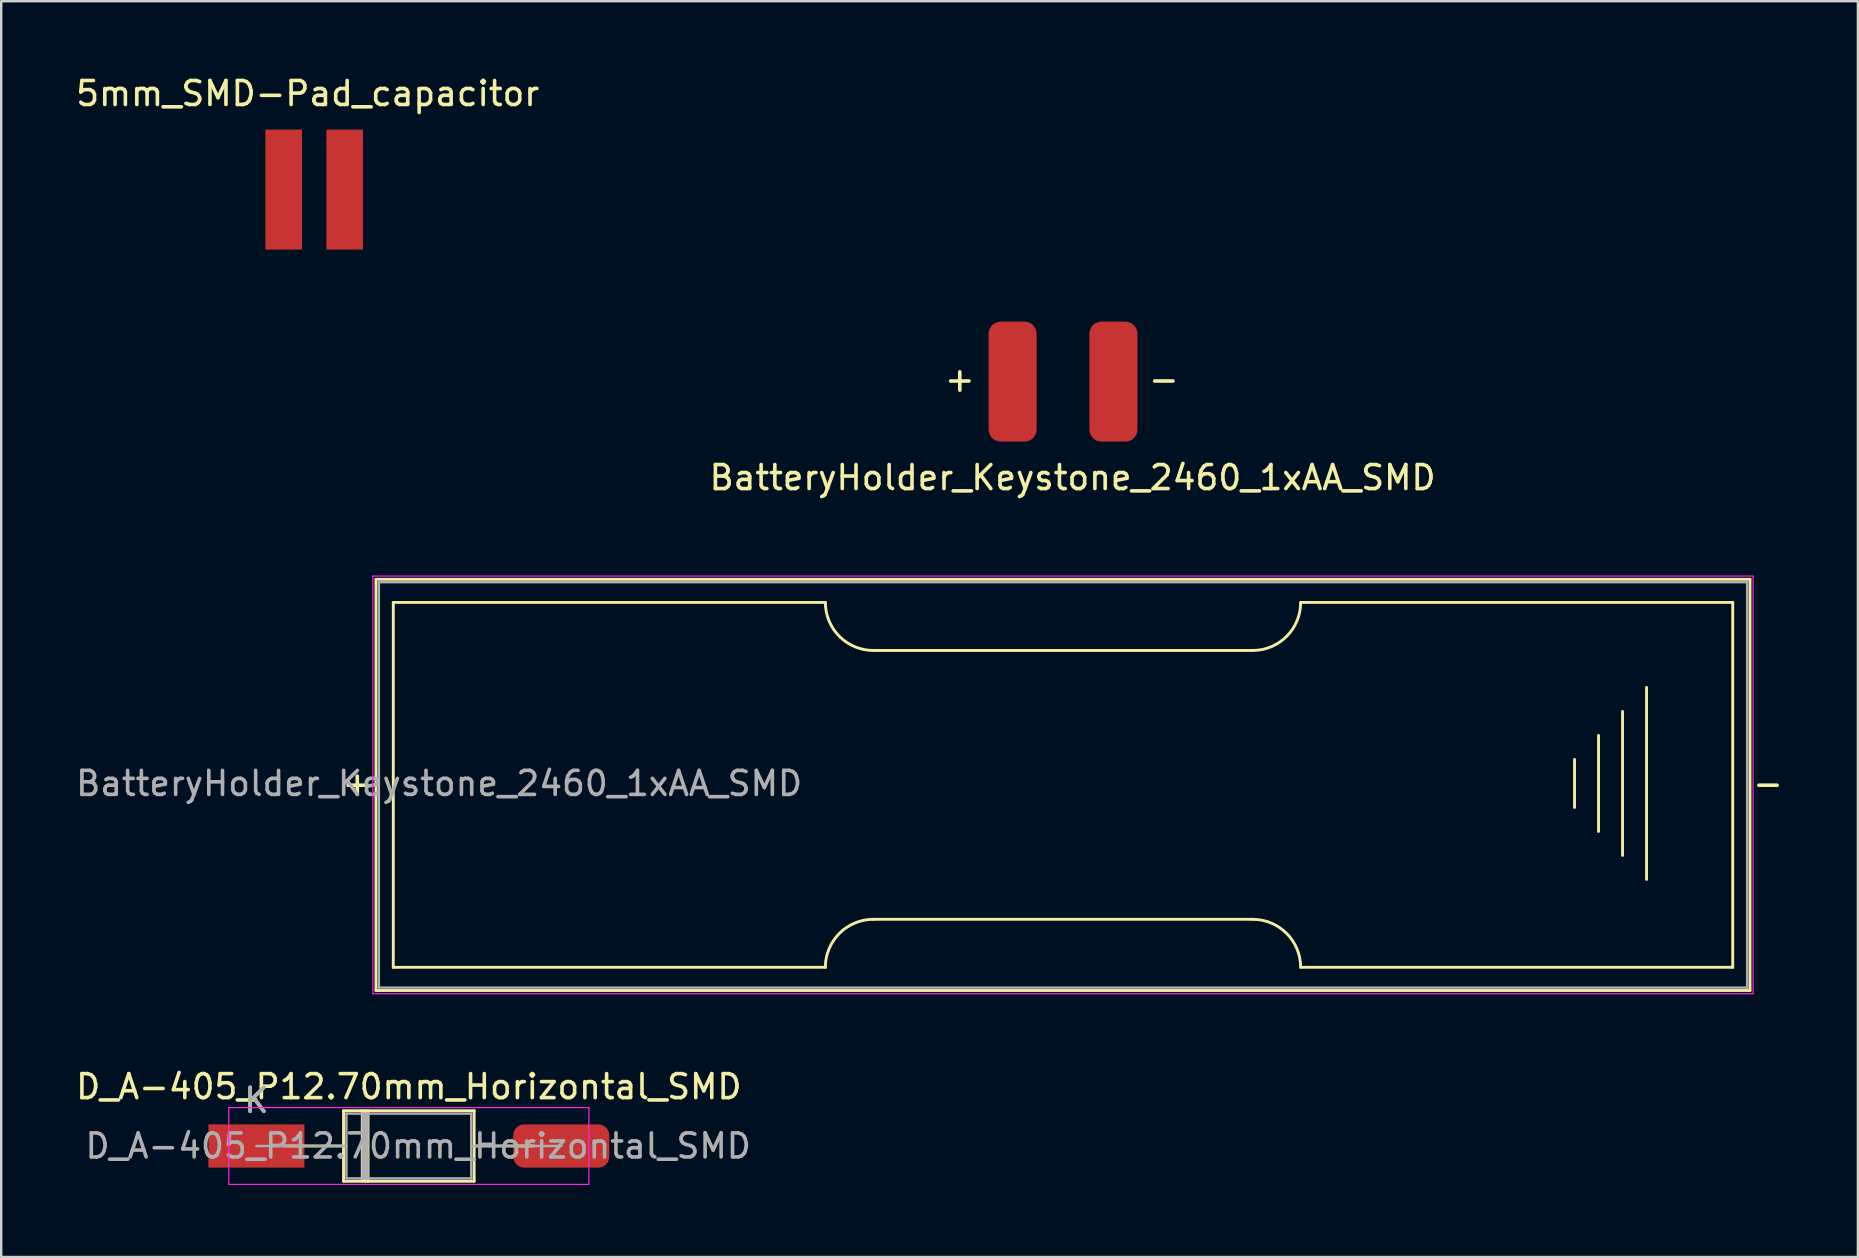
<source format=kicad_pcb>
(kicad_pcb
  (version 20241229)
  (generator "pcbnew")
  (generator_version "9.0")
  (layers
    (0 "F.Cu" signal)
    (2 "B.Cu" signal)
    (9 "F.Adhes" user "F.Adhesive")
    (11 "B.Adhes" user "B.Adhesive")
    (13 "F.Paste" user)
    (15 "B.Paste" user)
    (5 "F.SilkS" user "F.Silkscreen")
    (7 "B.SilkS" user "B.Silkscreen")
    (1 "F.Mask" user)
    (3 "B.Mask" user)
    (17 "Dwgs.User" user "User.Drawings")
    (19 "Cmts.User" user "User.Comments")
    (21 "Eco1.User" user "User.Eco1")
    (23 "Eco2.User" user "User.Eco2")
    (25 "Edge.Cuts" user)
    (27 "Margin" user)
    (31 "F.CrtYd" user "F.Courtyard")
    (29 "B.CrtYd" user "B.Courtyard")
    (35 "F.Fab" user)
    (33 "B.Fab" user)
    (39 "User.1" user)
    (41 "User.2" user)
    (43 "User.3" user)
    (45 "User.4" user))
  (footprint "5mm_SMD-Pad_capacitor"
    (layer "F.Cu")
    (at 9.768 0.348)
    (property "Reference" "5mm_SMD-Pad_capacitor" (at 0 0.5 0) (layer "F.SilkS") (effects (font (size 1 1) (thickness 0.15))))
    (attr through_hole)
    (pad "1" smd rect (at -1 4.5) (size 1.524 5) (layers "F.Cu" "F.Mask" "F.Paste"))
    (pad "2" smd rect (at 1.54 4.5) (size 1.524 5) (layers "F.Cu" "F.Mask" "F.Paste")))
  (footprint "BatteryHolder_Keystone_2460_1xAA_SMD"
    (layer "F.Cu")
    (at 15.234 29.648)
    (property "Reference" "BatteryHolder_Keystone_2460_1xAA_SMD" (at 26.4 -12.8 180) (layer "F.SilkS") (effects (font (size 1 1) (thickness 0.15))))
    (attr through_hole)
    (fp_line (start -2.62 -8.565) (end 54.62 -8.565) (stroke (width 0.12) (type solid)) (layer "F.SilkS"))
    (fp_line (start -2.62 8.565) (end -2.62 -8.565) (stroke (width 0.12) (type solid)) (layer "F.SilkS"))
    (fp_line (start -1.9 -7.6) (end -1.9 7.6) (stroke (width 0.12) (type solid)) (layer "F.SilkS"))
    (fp_line (start -1.9 -7.6) (end 16.1 -7.6) (stroke (width 0.12) (type solid)) (layer "F.SilkS"))
    (fp_line (start -1.9 7.6) (end 16.1 7.6) (stroke (width 0.12) (type solid)) (layer "F.SilkS"))
    (fp_line (start 18.1 -5.6) (end 33.9 -5.6) (stroke (width 0.12) (type solid)) (layer "F.SilkS"))
    (fp_line (start 33.9 5.6) (end 18.1 5.6) (stroke (width 0.12) (type solid)) (layer "F.SilkS"))
    (fp_line (start 35.9 -7.6) (end 53.9 -7.6) (stroke (width 0.12) (type solid)) (layer "F.SilkS"))
    (fp_line (start 35.9 7.6) (end 53.9 7.6) (stroke (width 0.12) (type solid)) (layer "F.SilkS"))
    (fp_line (start 47.31 -1.06) (end 47.31 0.94) (stroke (width 0.12) (type solid)) (layer "F.SilkS"))
    (fp_line (start 48.31 -2.06) (end 48.31 1.94) (stroke (width 0.12) (type solid)) (layer "F.SilkS"))
    (fp_line (start 49.31 2.94) (end 49.31 -3.06) (stroke (width 0.12) (type solid)) (layer "F.SilkS"))
    (fp_line (start 50.31 -4.06) (end 50.31 3.94) (stroke (width 0.12) (type solid)) (layer "F.SilkS"))
    (fp_line (start 53.9 -7.6) (end 53.9 7.6) (stroke (width 0.12) (type solid)) (layer "F.SilkS"))
    (fp_line (start 54.62 -8.565) (end 54.62 8.565) (stroke (width 0.12) (type solid)) (layer "F.SilkS"))
    (fp_line (start 54.62 8.565) (end -2.62 8.565) (stroke (width 0.12) (type solid)) (layer "F.SilkS"))
    (fp_arc (start 16.1 7.6) (mid 16.685786 6.185786) (end 18.1 5.6) (stroke (width 0.12) (type solid)) (layer "F.SilkS"))
    (fp_arc (start 18.1 -5.6) (mid 16.685786 -6.185786) (end 16.1 -7.6) (stroke (width 0.12) (type solid)) (layer "F.SilkS"))
    (fp_arc (start 33.9 5.6) (mid 35.314214 6.185786) (end 35.9 7.6) (stroke (width 0.12) (type solid)) (layer "F.SilkS"))
    (fp_arc (start 35.9 -7.6) (mid 35.314214 -6.185786) (end 33.9 -5.6) (stroke (width 0.12) (type solid)) (layer "F.SilkS"))
    (fp_line (start -2.75 -8.7) (end 54.75 -8.7) (stroke (width 0.05) (type solid)) (layer "F.CrtYd"))
    (fp_line (start -2.75 8.7) (end -2.75 -8.7) (stroke (width 0.05) (type solid)) (layer "F.CrtYd"))
    (fp_line (start 54.75 -8.7) (end 54.75 8.7) (stroke (width 0.05) (type solid)) (layer "F.CrtYd"))
    (fp_line (start 54.75 8.7) (end -2.75 8.7) (stroke (width 0.05) (type solid)) (layer "F.CrtYd"))
    (fp_line (start -2.5 -8.445) (end -2.5 8.445) (stroke (width 0.1) (type solid)) (layer "F.Fab"))
    (fp_line (start -2.5 8.445) (end 54.5 8.445) (stroke (width 0.1) (type solid)) (layer "F.Fab"))
    (fp_line (start 54.5 -8.445) (end -2.5 -8.445) (stroke (width 0.1) (type solid)) (layer "F.Fab"))
    (fp_line (start 54.5 8.445) (end 54.5 -8.445) (stroke (width 0.1) (type solid)) (layer "F.Fab"))
    (fp_text user "+" (at 21.7 -16.9 0) (layer "F.SilkS") (effects (font (size 1 1) (thickness 0.15))))
    (fp_text user "+" (at -3.4 -0.06 0) (layer "F.SilkS") (effects (font (size 1 1) (thickness 0.15))))
    (fp_text user "-" (at 55.37 -0.06 0) (layer "F.SilkS") (effects (font (size 1 1) (thickness 0.15))))
    (fp_text user "-" (at 30.2 -16.9 0) (layer "F.SilkS") (effects (font (size 1 1) (thickness 0.15))))
    (fp_text user "${REFERENCE}" (at 0.01 -0.06 0) (layer "F.Fab") (effects (font (size 1 1) (thickness 0.15))))
    (pad "1" smd roundrect (at 23.9 -16.8 180) (size 2 5) (layers "F.Cu" "F.Mask" "F.Paste") (roundrect_rratio 0.25))
    (pad "2" smd roundrect (at 28.1 -16.8 180) (size 2 5) (layers "F.Cu" "F.Mask" "F.Paste") (roundrect_rratio 0.25)))
  (footprint "D_A-405_P12.70mm_Horizontal_SMD"
    (layer "F.Cu")
    (at 7.632 44.691)
    (property "Reference" "D_A-405_P12.70mm_Horizontal_SMD" (at 6.35 -2.47 0) (layer "F.SilkS") (effects (font (size 1 1) (thickness 0.15))))
    (attr through_hole)
    (fp_line (start 1.14 0) (end 3.63 0) (stroke (width 0.12) (type solid)) (layer "F.SilkS"))
    (fp_line (start 3.63 -1.47) (end 3.63 1.47) (stroke (width 0.12) (type solid)) (layer "F.SilkS"))
    (fp_line (start 3.63 1.47) (end 9.07 1.47) (stroke (width 0.12) (type solid)) (layer "F.SilkS"))
    (fp_line (start 4.41 -1.47) (end 4.41 1.47) (stroke (width 0.12) (type solid)) (layer "F.SilkS"))
    (fp_line (start 4.53 -1.47) (end 4.53 1.47) (stroke (width 0.12) (type solid)) (layer "F.SilkS"))
    (fp_line (start 4.65 -1.47) (end 4.65 1.47) (stroke (width 0.12) (type solid)) (layer "F.SilkS"))
    (fp_line (start 9.07 -1.47) (end 3.63 -1.47) (stroke (width 0.12) (type solid)) (layer "F.SilkS"))
    (fp_line (start 9.07 1.47) (end 9.07 -1.47) (stroke (width 0.12) (type solid)) (layer "F.SilkS"))
    (fp_line (start 11.56 0) (end 9.07 0) (stroke (width 0.12) (type solid)) (layer "F.SilkS"))
    (fp_line (start -1.15 -1.6) (end -1.15 1.6) (stroke (width 0.05) (type solid)) (layer "F.CrtYd"))
    (fp_line (start -1.15 1.6) (end 13.85 1.6) (stroke (width 0.05) (type solid)) (layer "F.CrtYd"))
    (fp_line (start 13.85 -1.6) (end -1.15 -1.6) (stroke (width 0.05) (type solid)) (layer "F.CrtYd"))
    (fp_line (start 13.85 1.6) (end 13.85 -1.6) (stroke (width 0.05) (type solid)) (layer "F.CrtYd"))
    (fp_line (start 0 0) (end 3.75 0) (stroke (width 0.1) (type solid)) (layer "F.Fab"))
    (fp_line (start 3.75 -1.35) (end 3.75 1.35) (stroke (width 0.1) (type solid)) (layer "F.Fab"))
    (fp_line (start 3.75 1.35) (end 8.95 1.35) (stroke (width 0.1) (type solid)) (layer "F.Fab"))
    (fp_line (start 4.43 -1.35) (end 4.43 1.35) (stroke (width 0.1) (type solid)) (layer "F.Fab"))
    (fp_line (start 4.53 -1.35) (end 4.53 1.35) (stroke (width 0.1) (type solid)) (layer "F.Fab"))
    (fp_line (start 4.63 -1.35) (end 4.63 1.35) (stroke (width 0.1) (type solid)) (layer "F.Fab"))
    (fp_line (start 8.95 -1.35) (end 3.75 -1.35) (stroke (width 0.1) (type solid)) (layer "F.Fab"))
    (fp_line (start 8.95 1.35) (end 8.95 -1.35) (stroke (width 0.1) (type solid)) (layer "F.Fab"))
    (fp_line (start 12.7 0) (end 8.95 0) (stroke (width 0.1) (type solid)) (layer "F.Fab"))
    (fp_text user "K" (at 0 -1.9 0) (layer "F.SilkS") (effects (font (size 1 1) (thickness 0.15))))
    (fp_text user "K" (at 0 -1.9 0) (layer "F.Fab") (effects (font (size 1 1) (thickness 0.15))))
    (fp_text user "${REFERENCE}" (at 6.74 0 0) (layer "F.Fab") (effects (font (size 1 1) (thickness 0.15))))
    (pad "1" smd rect (at 0 0) (size 4 1.8) (layers "F.Cu" "F.Mask" "F.Paste"))
    (pad "2" smd roundrect (at 12.7 0) (size 4 1.8) (layers "F.Cu" "F.Mask" "F.Paste") (roundrect_rratio 0.25)))
  (gr_rect
    (start -3 -3)
    (end 74.348 49.316)
    (stroke (width 0.1) (type default))
    (fill no)
    (layer "Edge.Cuts")))
</source>
